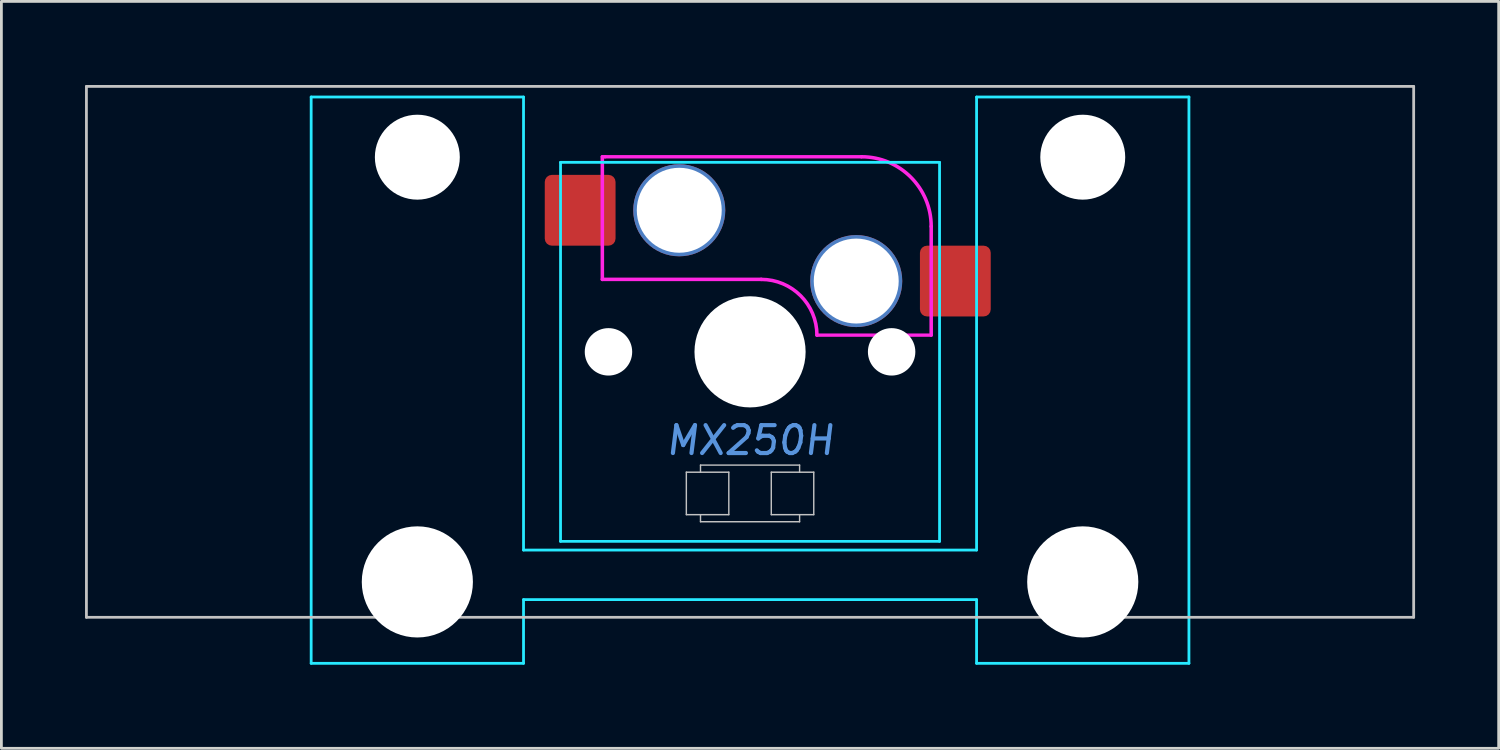
<source format=kicad_pcb>
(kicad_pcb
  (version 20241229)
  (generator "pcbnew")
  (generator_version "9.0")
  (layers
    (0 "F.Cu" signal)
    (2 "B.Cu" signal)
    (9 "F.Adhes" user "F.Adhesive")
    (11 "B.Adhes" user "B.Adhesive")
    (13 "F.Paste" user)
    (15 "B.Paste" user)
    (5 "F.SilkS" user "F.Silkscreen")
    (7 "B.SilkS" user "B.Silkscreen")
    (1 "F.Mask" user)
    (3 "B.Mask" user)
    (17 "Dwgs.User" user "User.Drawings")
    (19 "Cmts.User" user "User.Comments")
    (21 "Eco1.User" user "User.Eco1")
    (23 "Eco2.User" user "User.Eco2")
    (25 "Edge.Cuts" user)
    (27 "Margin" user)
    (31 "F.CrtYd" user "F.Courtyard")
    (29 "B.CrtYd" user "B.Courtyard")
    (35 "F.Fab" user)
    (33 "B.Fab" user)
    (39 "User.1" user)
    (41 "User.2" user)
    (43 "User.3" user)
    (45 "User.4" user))
  (footprint "MX250H"
    (layer "F.Cu")
    (at 23.863 9.575)
    (property "Reference" "MX250H" (at 0 3.175 0) (layer "Cmts.User") (effects (font (size 1 1) (thickness 0.15) (italic yes))))
    (attr smd)
    (fp_line (start -23.812 -9.525) (end -23.812 9.525) (stroke (width 0.1) (type solid)) (layer "Dwgs.User"))
    (fp_line (start -23.812 -9.525) (end 23.812 -9.525) (stroke (width 0.1) (type solid)) (layer "Dwgs.User"))
    (fp_line (start -23.812 9.525) (end 23.812 9.525) (stroke (width 0.1) (type solid)) (layer "Dwgs.User"))
    (fp_line (start -2.286 4.318) (end -0.762 4.318) (stroke (width 0.051) (type solid)) (layer "Dwgs.User"))
    (fp_line (start -2.286 5.842) (end -2.286 4.318) (stroke (width 0.051) (type solid)) (layer "Dwgs.User"))
    (fp_line (start -1.778 4.064) (end 1.778 4.064) (stroke (width 0.051) (type solid)) (layer "Dwgs.User"))
    (fp_line (start -1.778 4.318) (end -1.778 4.064) (stroke (width 0.051) (type solid)) (layer "Dwgs.User"))
    (fp_line (start -1.778 6.096) (end -1.778 5.842) (stroke (width 0.051) (type solid)) (layer "Dwgs.User"))
    (fp_line (start -0.762 4.318) (end -0.762 5.842) (stroke (width 0.051) (type solid)) (layer "Dwgs.User"))
    (fp_line (start -0.762 5.842) (end -2.286 5.842) (stroke (width 0.051) (type solid)) (layer "Dwgs.User"))
    (fp_line (start 0.762 4.318) (end 2.286 4.318) (stroke (width 0.051) (type solid)) (layer "Dwgs.User"))
    (fp_line (start 0.762 5.842) (end 0.762 4.318) (stroke (width 0.051) (type solid)) (layer "Dwgs.User"))
    (fp_line (start 1.778 4.064) (end 1.778 4.318) (stroke (width 0.051) (type solid)) (layer "Dwgs.User"))
    (fp_line (start 1.778 5.842) (end 1.778 6.096) (stroke (width 0.051) (type solid)) (layer "Dwgs.User"))
    (fp_line (start 1.778 6.096) (end -1.778 6.096) (stroke (width 0.051) (type solid)) (layer "Dwgs.User"))
    (fp_line (start 2.286 4.318) (end 2.286 5.842) (stroke (width 0.051) (type solid)) (layer "Dwgs.User"))
    (fp_line (start 2.286 5.842) (end 0.762 5.842) (stroke (width 0.051) (type solid)) (layer "Dwgs.User"))
    (fp_line (start 23.812 -9.525) (end 23.812 9.525) (stroke (width 0.1) (type solid)) (layer "Dwgs.User"))
    (fp_line (start -15.438 -5.485) (end -15.438 8.515) (stroke (width 0.1) (type solid)) (layer "Eco1.User"))
    (fp_line (start -14.938 -5.985) (end -8.938 -5.985) (stroke (width 0.1) (type solid)) (layer "Eco1.User"))
    (fp_line (start -8.938 9.015) (end -14.938 9.015) (stroke (width 0.1) (type solid)) (layer "Eco1.User"))
    (fp_line (start -8.438 8.515) (end -8.438 -5.485) (stroke (width 0.1) (type solid)) (layer "Eco1.User"))
    (fp_line (start -7 -6.5) (end -7 6.5) (stroke (width 0.1) (type solid)) (layer "Eco1.User"))
    (fp_line (start -6.5 7) (end 6.5 7) (stroke (width 0.1) (type solid)) (layer "Eco1.User"))
    (fp_line (start 6.5 -7) (end -6.5 -7) (stroke (width 0.1) (type solid)) (layer "Eco1.User"))
    (fp_line (start 7 6.5) (end 7 -6.5) (stroke (width 0.1) (type solid)) (layer "Eco1.User"))
    (fp_line (start 8.438 -5.485) (end 8.438 8.515) (stroke (width 0.1) (type solid)) (layer "Eco1.User"))
    (fp_line (start 8.938 -5.985) (end 14.938 -5.985) (stroke (width 0.1) (type solid)) (layer "Eco1.User"))
    (fp_line (start 14.938 9.015) (end 8.938 9.015) (stroke (width 0.1) (type solid)) (layer "Eco1.User"))
    (fp_line (start 15.438 8.515) (end 15.438 -5.485) (stroke (width 0.1) (type solid)) (layer "Eco1.User"))
    (fp_arc (start -15.438 -5.485) (mid -15.291553 -5.838553) (end -14.938 -5.985) (stroke (width 0.1) (type solid)) (layer "Eco1.User"))
    (fp_arc (start -14.938 9.015) (mid -15.291553 8.868553) (end -15.438 8.515) (stroke (width 0.1) (type solid)) (layer "Eco1.User"))
    (fp_arc (start -8.938 -5.985) (mid -8.584447 -5.838553) (end -8.438 -5.485) (stroke (width 0.1) (type solid)) (layer "Eco1.User"))
    (fp_arc (start -8.438 8.515) (mid -8.584447 8.868553) (end -8.938 9.015) (stroke (width 0.1) (type solid)) (layer "Eco1.User"))
    (fp_arc (start -7 -6.5) (mid -6.853553 -6.853553) (end -6.5 -7) (stroke (width 0.1) (type solid)) (layer "Eco1.User"))
    (fp_arc (start -6.5 7) (mid -6.853553 6.853553) (end -7 6.5) (stroke (width 0.1) (type solid)) (layer "Eco1.User"))
    (fp_arc (start 6.5 -7) (mid 6.853553 -6.853553) (end 7 -6.5) (stroke (width 0.1) (type solid)) (layer "Eco1.User"))
    (fp_arc (start 7 6.5) (mid 6.853553 6.853553) (end 6.5 7) (stroke (width 0.1) (type solid)) (layer "Eco1.User"))
    (fp_arc (start 8.438 -5.485) (mid 8.584447 -5.838553) (end 8.938 -5.985) (stroke (width 0.1) (type solid)) (layer "Eco1.User"))
    (fp_arc (start 8.938 9.015) (mid 8.584447 8.868553) (end 8.438 8.515) (stroke (width 0.1) (type solid)) (layer "Eco1.User"))
    (fp_arc (start 14.938 -5.985) (mid 15.291553 -5.838553) (end 15.438 -5.485) (stroke (width 0.1) (type solid)) (layer "Eco1.User"))
    (fp_arc (start 15.438 8.515) (mid 15.291553 8.868553) (end 14.938 9.015) (stroke (width 0.1) (type solid)) (layer "Eco1.User"))
    (fp_line (start -15.748 -9.144) (end -15.748 11.176) (stroke (width 0.1) (type solid)) (layer "B.CrtYd"))
    (fp_line (start -15.748 11.176) (end -8.128 11.176) (stroke (width 0.1) (type solid)) (layer "B.CrtYd"))
    (fp_line (start -8.128 -9.144) (end -15.748 -9.144) (stroke (width 0.1) (type solid)) (layer "B.CrtYd"))
    (fp_line (start -8.128 7.112) (end -8.128 -9.144) (stroke (width 0.1) (type solid)) (layer "B.CrtYd"))
    (fp_line (start -8.128 7.112) (end 8.128 7.112) (stroke (width 0.1) (type solid)) (layer "B.CrtYd"))
    (fp_line (start -8.128 8.89) (end -8.128 11.176) (stroke (width 0.1) (type solid)) (layer "B.CrtYd"))
    (fp_line (start -8.128 8.89) (end 8.128 8.89) (stroke (width 0.1) (type solid)) (layer "B.CrtYd"))
    (fp_line (start -6.8 -6.8) (end -6.8 6.8) (stroke (width 0.1) (type solid)) (layer "B.CrtYd"))
    (fp_line (start 6.8 -6.8) (end -6.8 -6.8) (stroke (width 0.1) (type solid)) (layer "B.CrtYd"))
    (fp_line (start 6.8 -6.8) (end 6.8 6.8) (stroke (width 0.1) (type solid)) (layer "B.CrtYd"))
    (fp_line (start 6.8 6.8) (end -6.8 6.8) (stroke (width 0.1) (type solid)) (layer "B.CrtYd"))
    (fp_line (start 8.128 -9.144) (end 15.748 -9.144) (stroke (width 0.1) (type solid)) (layer "B.CrtYd"))
    (fp_line (start 8.128 7.112) (end 8.128 -9.142) (stroke (width 0.1) (type solid)) (layer "B.CrtYd"))
    (fp_line (start 8.128 8.89) (end 8.128 11.176) (stroke (width 0.1) (type solid)) (layer "B.CrtYd"))
    (fp_line (start 15.748 11.176) (end 8.128 11.176) (stroke (width 0.1) (type solid)) (layer "B.CrtYd"))
    (fp_line (start 15.748 11.176) (end 15.748 -9.144) (stroke (width 0.1) (type solid)) (layer "B.CrtYd"))
    (fp_line (start -5.3 -7) (end -5.3 -2.6) (stroke (width 0.127) (type solid)) (layer "F.CrtYd"))
    (fp_line (start -5.2 -7) (end -5.3 -7) (stroke (width 0.12) (type solid)) (layer "F.CrtYd"))
    (fp_line (start 0.4 -2.6) (end -5.3 -2.6) (stroke (width 0.127) (type solid)) (layer "F.CrtYd"))
    (fp_line (start 4 -7) (end -5.2 -7) (stroke (width 0.12) (type solid)) (layer "F.CrtYd"))
    (fp_line (start 6.5 -4.5) (end 6.5 -0.6) (stroke (width 0.127) (type solid)) (layer "F.CrtYd"))
    (fp_line (start 6.5 -0.6) (end 2.4 -0.6) (stroke (width 0.12) (type solid)) (layer "F.CrtYd"))
    (fp_arc (start 0.4 -2.6) (mid 1.814214 -2.014214) (end 2.4 -0.6) (stroke (width 0.127) (type solid)) (layer "F.CrtYd"))
    (fp_arc (start 4 -7) (mid 5.767767 -6.267767) (end 6.5 -4.5) (stroke (width 0.127) (type solid)) (layer "F.CrtYd"))
    (pad "" np_thru_hole circle (at -11.938 -6.985) (size 3.048 3.048) (drill 3.048) (layers "*.Cu" "*.Mask"))
    (pad "" np_thru_hole circle (at -11.938 8.255) (size 3.988 3.988) (drill 3.988) (layers "*.Cu" "*.Mask"))
    (pad "" np_thru_hole circle (at -5.08 0) (size 1.702 1.702) (drill 1.702) (layers "*.Cu" "*.Mask"))
    (pad "" np_thru_hole circle (at -2.54 -5.08) (size 3.302 3.302) (drill 3.048) (layers "*.Cu" "*.Mask"))
    (pad "" np_thru_hole circle (at 0 0) (size 3.988 3.988) (drill 3.988) (layers "*.Cu" "*.Mask"))
    (pad "" np_thru_hole circle (at 3.81 -2.54) (size 3.302 3.302) (drill 3.048) (layers "*.Cu" "*.Mask"))
    (pad "" np_thru_hole circle (at 5.08 0) (size 1.702 1.702) (drill 1.702) (layers "*.Cu" "*.Mask"))
    (pad "" np_thru_hole circle (at 11.938 -6.985) (size 3.048 3.048) (drill 3.048) (layers "*.Cu" "*.Mask"))
    (pad "" np_thru_hole circle (at 11.938 8.255) (size 3.988 3.988) (drill 3.988) (layers "*.Cu" "*.Mask"))
    (pad "1" smd roundrect (at -6.096 -5.08) (size 2.54 2.54) (layers "F.Cu" "F.Mask") (roundrect_rratio 0.1))
    (pad "2" smd roundrect (at 7.366 -2.54) (size 2.54 2.54) (layers "F.Cu" "F.Mask") (roundrect_rratio 0.1)))
  (gr_rect
    (start -3 -3)
    (end 50.725 23.801)
    (stroke (width 0.1) (type default))
    (fill no)
    (layer "Edge.Cuts")))
</source>
